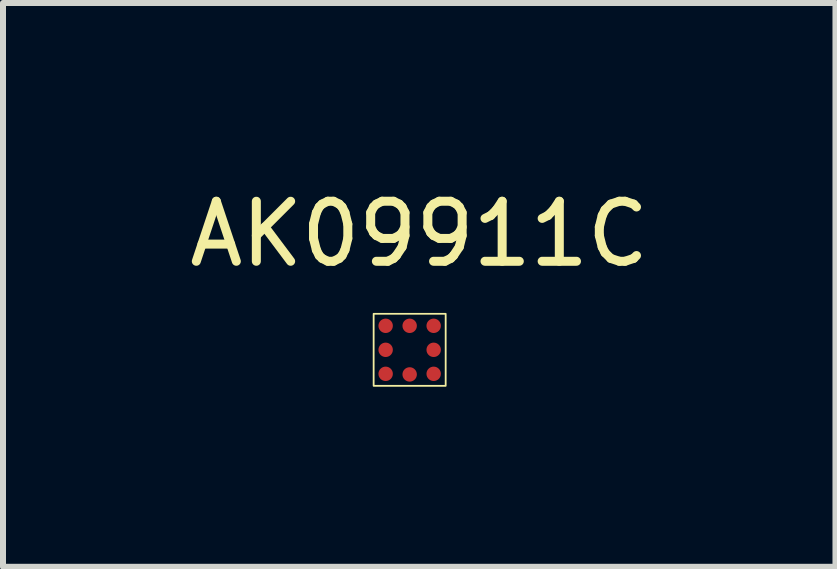
<source format=kicad_pcb>
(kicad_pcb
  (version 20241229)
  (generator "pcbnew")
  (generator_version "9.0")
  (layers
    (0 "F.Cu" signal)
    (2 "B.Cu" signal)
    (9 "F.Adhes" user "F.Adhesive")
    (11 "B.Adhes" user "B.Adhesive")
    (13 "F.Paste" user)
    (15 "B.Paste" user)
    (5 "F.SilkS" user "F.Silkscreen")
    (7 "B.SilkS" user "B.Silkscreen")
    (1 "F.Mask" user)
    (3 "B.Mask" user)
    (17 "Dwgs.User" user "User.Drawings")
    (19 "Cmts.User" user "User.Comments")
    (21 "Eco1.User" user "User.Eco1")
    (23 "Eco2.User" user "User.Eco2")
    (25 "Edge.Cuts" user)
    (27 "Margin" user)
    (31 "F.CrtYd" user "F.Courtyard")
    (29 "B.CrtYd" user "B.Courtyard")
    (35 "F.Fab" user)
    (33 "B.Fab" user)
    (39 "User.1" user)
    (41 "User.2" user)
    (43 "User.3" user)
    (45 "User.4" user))
  (footprint "AK09911C"
    (layer "F.Cu")
    (at 3.775 2.778)
    (property "Reference" "AK09911C" (at 0.16 -1.93 0) (unlocked yes) (layer "F.SilkS") (effects (font (size 1 1) (thickness 0.15))))
    (attr smd)
    (fp_rect (start -0.6 -0.6) (end 0.6 0.6) (stroke (width 0.03) (type default)) (fill no) (layer "F.SilkS"))
    (pad "A1" smd circle (at 0.4 0.4) (size 0.24 0.24) (property pad_prop_bga) (layers "F.Cu" "F.Mask" "F.Paste"))
    (pad "A2" smd circle (at 0 0.41) (size 0.24 0.24) (property pad_prop_bga) (layers "F.Cu" "F.Mask" "F.Paste"))
    (pad "A3" smd circle (at -0.4 0.4) (size 0.24 0.24) (property pad_prop_bga) (layers "F.Cu" "F.Mask" "F.Paste"))
    (pad "B1" smd circle (at 0.4 0) (size 0.24 0.24) (property pad_prop_bga) (layers "F.Cu" "F.Mask" "F.Paste"))
    (pad "B3" smd circle (at -0.4 0) (size 0.24 0.24) (property pad_prop_bga) (layers "F.Cu" "F.Mask" "F.Paste"))
    (pad "C1" smd circle (at 0.4 -0.4) (size 0.24 0.24) (property pad_prop_bga) (layers "F.Cu" "F.Mask" "F.Paste"))
    (pad "C2" smd circle (at 0 -0.4) (size 0.24 0.24) (property pad_prop_bga) (layers "F.Cu" "F.Mask" "F.Paste"))
    (pad "C3" smd circle (at -0.4 -0.4) (size 0.24 0.24) (property pad_prop_bga) (layers "F.Cu" "F.Mask" "F.Paste")))
  (gr_rect
    (start -3 -3)
    (end 10.869 6.393)
    (stroke (width 0.1) (type default))
    (fill no)
    (layer "Edge.Cuts")))
</source>
